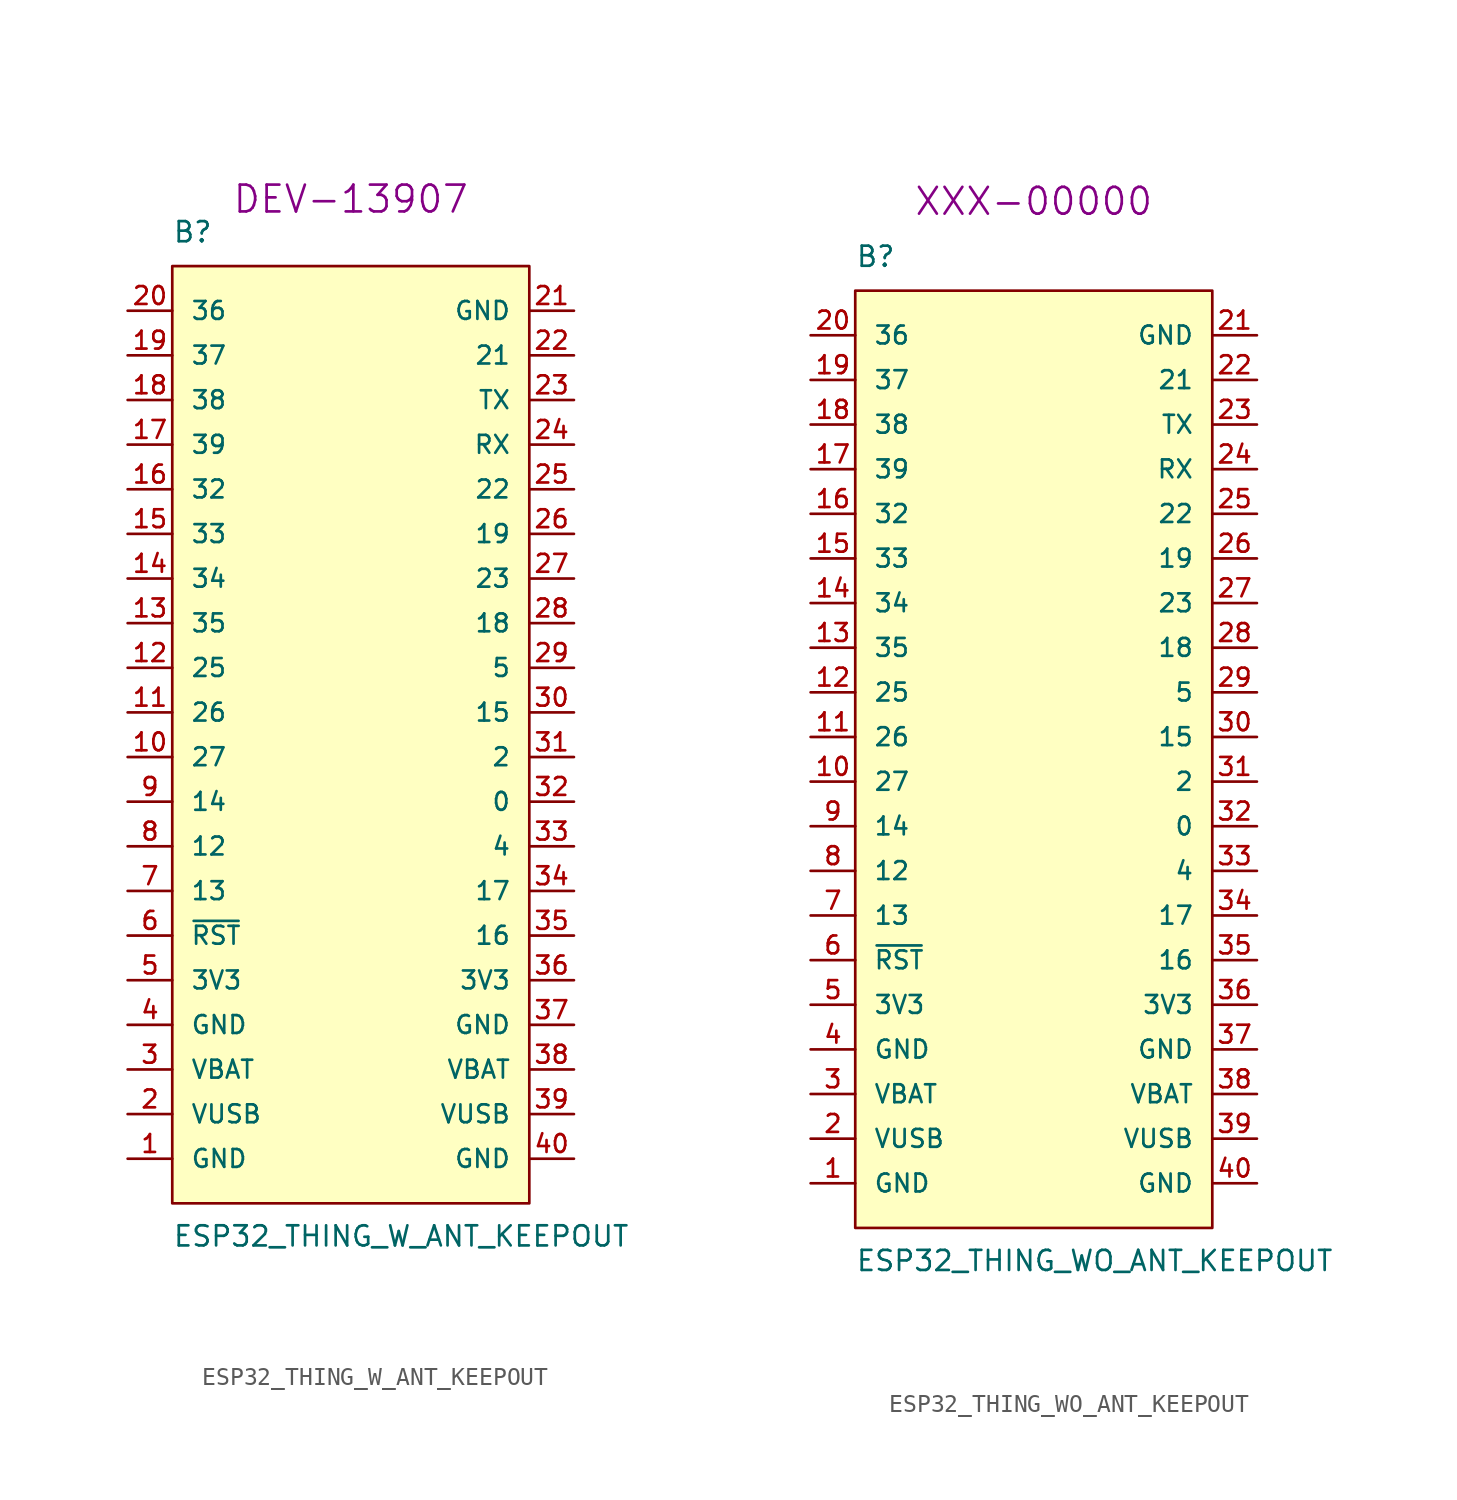
<source format=kicad_sym>
(kicad_symbol_lib
  (version 20201005)
  (generator kicad_symbol_editor)
  (symbol "ESP32_THING_W_ANT_KEEPOUT"
    (pin_names
      (offset 1.016))
    (property "Reference" "B"
      (at -10.16 29.21 0)
      (effects (font (size 1.143 1.143)) (justify left bottom)))
    (property "Value" "ESP32_THING_W_ANT_KEEPOUT"
      (at -10.16 -27.94 0)
      (effects (font (size 1.143 1.143)) (justify left bottom)))
    (property "Field4" "DEV-13907"
      (at 0 31.75 0)
      (effects (font (size 1.524 1.524))))
    (property "ki_locked" ""
      (at 0 0 0)
      (effects (font (size 1.27 1.27))))
    (symbol "ESP32_THING_W_ANT_KEEPOUT_1_1"
      (polyline (pts (xy -10.16 -25.4) (xy -10.16 27.94) (xy 10.16 27.94) (xy 10.16 -25.4) (xy -10.16 -25.4)) (stroke (width 0)) (fill (type background)))
      (pin bidirectional line (at -12.7 -22.86 0) (length 2.54) (name "GND" (effects (font (size 1.016 1.016)))) (number "1" (effects (font (size 1.016 1.016)))))
      (pin bidirectional line (at -12.7 -20.32 0) (length 2.54) (name "VUSB" (effects (font (size 1.016 1.016)))) (number "2" (effects (font (size 1.016 1.016)))))
      (pin bidirectional line (at -12.7 -17.78 0) (length 2.54) (name "VBAT" (effects (font (size 1.016 1.016)))) (number "3" (effects (font (size 1.016 1.016)))))
      (pin bidirectional line (at -12.7 -15.24 0) (length 2.54) (name "GND" (effects (font (size 1.016 1.016)))) (number "4" (effects (font (size 1.016 1.016)))))
      (pin bidirectional line (at -12.7 -12.7 0) (length 2.54) (name "3V3" (effects (font (size 1.016 1.016)))) (number "5" (effects (font (size 1.016 1.016)))))
      (pin bidirectional line (at -12.7 -10.16 0) (length 2.54) (name "~RST~" (effects (font (size 1.016 1.016)))) (number "6" (effects (font (size 1.016 1.016)))))
      (pin bidirectional line (at -12.7 -7.62 0) (length 2.54) (name "13" (effects (font (size 1.016 1.016)))) (number "7" (effects (font (size 1.016 1.016)))))
      (pin bidirectional line (at -12.7 -5.08 0) (length 2.54) (name "12" (effects (font (size 1.016 1.016)))) (number "8" (effects (font (size 1.016 1.016)))))
      (pin bidirectional line (at -12.7 -2.54 0) (length 2.54) (name "14" (effects (font (size 1.016 1.016)))) (number "9" (effects (font (size 1.016 1.016)))))
      (pin bidirectional line (at -12.7 0 0) (length 2.54) (name "27" (effects (font (size 1.016 1.016)))) (number "10" (effects (font (size 1.016 1.016)))))
      (pin bidirectional line (at -12.7 25.4 0) (length 2.54) (name "36" (effects (font (size 1.016 1.016)))) (number "20" (effects (font (size 1.016 1.016)))))
      (pin bidirectional line (at 12.7 2.54 180) (length 2.54) (name "15" (effects (font (size 1.016 1.016)))) (number "30" (effects (font (size 1.016 1.016)))))
      (pin bidirectional line (at 12.7 -22.86 180) (length 2.54) (name "GND" (effects (font (size 1.016 1.016)))) (number "40" (effects (font (size 1.016 1.016)))))
      (pin bidirectional line (at -12.7 2.54 0) (length 2.54) (name "26" (effects (font (size 1.016 1.016)))) (number "11" (effects (font (size 1.016 1.016)))))
      (pin bidirectional line (at 12.7 25.4 180) (length 2.54) (name "GND" (effects (font (size 1.016 1.016)))) (number "21" (effects (font (size 1.016 1.016)))))
      (pin bidirectional line (at 12.7 0 180) (length 2.54) (name "2" (effects (font (size 1.016 1.016)))) (number "31" (effects (font (size 1.016 1.016)))))
      (pin bidirectional line (at -12.7 5.08 0) (length 2.54) (name "25" (effects (font (size 1.016 1.016)))) (number "12" (effects (font (size 1.016 1.016)))))
      (pin bidirectional line (at 12.7 22.86 180) (length 2.54) (name "21" (effects (font (size 1.016 1.016)))) (number "22" (effects (font (size 1.016 1.016)))))
      (pin bidirectional line (at 12.7 -2.54 180) (length 2.54) (name "0" (effects (font (size 1.016 1.016)))) (number "32" (effects (font (size 1.016 1.016)))))
      (pin bidirectional line (at -12.7 7.62 0) (length 2.54) (name "35" (effects (font (size 1.016 1.016)))) (number "13" (effects (font (size 1.016 1.016)))))
      (pin bidirectional line (at 12.7 20.32 180) (length 2.54) (name "TX" (effects (font (size 1.016 1.016)))) (number "23" (effects (font (size 1.016 1.016)))))
      (pin bidirectional line (at 12.7 -5.08 180) (length 2.54) (name "4" (effects (font (size 1.016 1.016)))) (number "33" (effects (font (size 1.016 1.016)))))
      (pin bidirectional line (at -12.7 10.16 0) (length 2.54) (name "34" (effects (font (size 1.016 1.016)))) (number "14" (effects (font (size 1.016 1.016)))))
      (pin bidirectional line (at 12.7 17.78 180) (length 2.54) (name "RX" (effects (font (size 1.016 1.016)))) (number "24" (effects (font (size 1.016 1.016)))))
      (pin bidirectional line (at 12.7 -7.62 180) (length 2.54) (name "17" (effects (font (size 1.016 1.016)))) (number "34" (effects (font (size 1.016 1.016)))))
      (pin bidirectional line (at -12.7 12.7 0) (length 2.54) (name "33" (effects (font (size 1.016 1.016)))) (number "15" (effects (font (size 1.016 1.016)))))
      (pin bidirectional line (at 12.7 15.24 180) (length 2.54) (name "22" (effects (font (size 1.016 1.016)))) (number "25" (effects (font (size 1.016 1.016)))))
      (pin bidirectional line (at 12.7 -10.16 180) (length 2.54) (name "16" (effects (font (size 1.016 1.016)))) (number "35" (effects (font (size 1.016 1.016)))))
      (pin bidirectional line (at -12.7 15.24 0) (length 2.54) (name "32" (effects (font (size 1.016 1.016)))) (number "16" (effects (font (size 1.016 1.016)))))
      (pin bidirectional line (at 12.7 12.7 180) (length 2.54) (name "19" (effects (font (size 1.016 1.016)))) (number "26" (effects (font (size 1.016 1.016)))))
      (pin bidirectional line (at 12.7 -12.7 180) (length 2.54) (name "3V3" (effects (font (size 1.016 1.016)))) (number "36" (effects (font (size 1.016 1.016)))))
      (pin bidirectional line (at -12.7 17.78 0) (length 2.54) (name "39" (effects (font (size 1.016 1.016)))) (number "17" (effects (font (size 1.016 1.016)))))
      (pin bidirectional line (at 12.7 10.16 180) (length 2.54) (name "23" (effects (font (size 1.016 1.016)))) (number "27" (effects (font (size 1.016 1.016)))))
      (pin bidirectional line (at 12.7 -15.24 180) (length 2.54) (name "GND" (effects (font (size 1.016 1.016)))) (number "37" (effects (font (size 1.016 1.016)))))
      (pin bidirectional line (at -12.7 20.32 0) (length 2.54) (name "38" (effects (font (size 1.016 1.016)))) (number "18" (effects (font (size 1.016 1.016)))))
      (pin bidirectional line (at 12.7 7.62 180) (length 2.54) (name "18" (effects (font (size 1.016 1.016)))) (number "28" (effects (font (size 1.016 1.016)))))
      (pin bidirectional line (at 12.7 -17.78 180) (length 2.54) (name "VBAT" (effects (font (size 1.016 1.016)))) (number "38" (effects (font (size 1.016 1.016)))))
      (pin bidirectional line (at -12.7 22.86 0) (length 2.54) (name "37" (effects (font (size 1.016 1.016)))) (number "19" (effects (font (size 1.016 1.016)))))
      (pin bidirectional line (at 12.7 5.08 180) (length 2.54) (name "5" (effects (font (size 1.016 1.016)))) (number "29" (effects (font (size 1.016 1.016)))))
      (pin bidirectional line (at 12.7 -20.32 180) (length 2.54) (name "VUSB" (effects (font (size 1.016 1.016)))) (number "39" (effects (font (size 1.016 1.016)))))))
  (symbol "ESP32_THING_WO_ANT_KEEPOUT"
    (pin_names
      (offset 1.016))
    (property "Reference" "B"
      (at -10.16 29.21 0)
      (effects (font (size 1.143 1.143)) (justify left bottom)))
    (property "Value" "ESP32_THING_WO_ANT_KEEPOUT"
      (at -10.16 -27.94 0)
      (effects (font (size 1.143 1.143)) (justify left bottom)))
    (property "Field4" "XXX-00000"
      (at 0 33.02 0)
      (effects (font (size 1.524 1.524))))
    (property "ki_locked" ""
      (at 0 0 0)
      (effects (font (size 1.27 1.27))))
    (symbol "ESP32_THING_WO_ANT_KEEPOUT_1_1"
      (polyline (pts (xy -10.16 -25.4) (xy -10.16 27.94) (xy 10.16 27.94) (xy 10.16 -25.4) (xy -10.16 -25.4)) (stroke (width 0)) (fill (type background)))
      (pin bidirectional line (at -12.7 -22.86 0) (length 2.54) (name "GND" (effects (font (size 1.016 1.016)))) (number "1" (effects (font (size 1.016 1.016)))))
      (pin bidirectional line (at -12.7 -20.32 0) (length 2.54) (name "VUSB" (effects (font (size 1.016 1.016)))) (number "2" (effects (font (size 1.016 1.016)))))
      (pin bidirectional line (at -12.7 -17.78 0) (length 2.54) (name "VBAT" (effects (font (size 1.016 1.016)))) (number "3" (effects (font (size 1.016 1.016)))))
      (pin bidirectional line (at -12.7 -15.24 0) (length 2.54) (name "GND" (effects (font (size 1.016 1.016)))) (number "4" (effects (font (size 1.016 1.016)))))
      (pin bidirectional line (at -12.7 -12.7 0) (length 2.54) (name "3V3" (effects (font (size 1.016 1.016)))) (number "5" (effects (font (size 1.016 1.016)))))
      (pin bidirectional line (at -12.7 -10.16 0) (length 2.54) (name "~RST~" (effects (font (size 1.016 1.016)))) (number "6" (effects (font (size 1.016 1.016)))))
      (pin bidirectional line (at -12.7 -7.62 0) (length 2.54) (name "13" (effects (font (size 1.016 1.016)))) (number "7" (effects (font (size 1.016 1.016)))))
      (pin bidirectional line (at -12.7 -5.08 0) (length 2.54) (name "12" (effects (font (size 1.016 1.016)))) (number "8" (effects (font (size 1.016 1.016)))))
      (pin bidirectional line (at -12.7 -2.54 0) (length 2.54) (name "14" (effects (font (size 1.016 1.016)))) (number "9" (effects (font (size 1.016 1.016)))))
      (pin bidirectional line (at -12.7 0 0) (length 2.54) (name "27" (effects (font (size 1.016 1.016)))) (number "10" (effects (font (size 1.016 1.016)))))
      (pin bidirectional line (at -12.7 25.4 0) (length 2.54) (name "36" (effects (font (size 1.016 1.016)))) (number "20" (effects (font (size 1.016 1.016)))))
      (pin bidirectional line (at 12.7 2.54 180) (length 2.54) (name "15" (effects (font (size 1.016 1.016)))) (number "30" (effects (font (size 1.016 1.016)))))
      (pin bidirectional line (at 12.7 -22.86 180) (length 2.54) (name "GND" (effects (font (size 1.016 1.016)))) (number "40" (effects (font (size 1.016 1.016)))))
      (pin bidirectional line (at -12.7 2.54 0) (length 2.54) (name "26" (effects (font (size 1.016 1.016)))) (number "11" (effects (font (size 1.016 1.016)))))
      (pin bidirectional line (at 12.7 25.4 180) (length 2.54) (name "GND" (effects (font (size 1.016 1.016)))) (number "21" (effects (font (size 1.016 1.016)))))
      (pin bidirectional line (at 12.7 0 180) (length 2.54) (name "2" (effects (font (size 1.016 1.016)))) (number "31" (effects (font (size 1.016 1.016)))))
      (pin bidirectional line (at -12.7 5.08 0) (length 2.54) (name "25" (effects (font (size 1.016 1.016)))) (number "12" (effects (font (size 1.016 1.016)))))
      (pin bidirectional line (at 12.7 22.86 180) (length 2.54) (name "21" (effects (font (size 1.016 1.016)))) (number "22" (effects (font (size 1.016 1.016)))))
      (pin bidirectional line (at 12.7 -2.54 180) (length 2.54) (name "0" (effects (font (size 1.016 1.016)))) (number "32" (effects (font (size 1.016 1.016)))))
      (pin bidirectional line (at -12.7 7.62 0) (length 2.54) (name "35" (effects (font (size 1.016 1.016)))) (number "13" (effects (font (size 1.016 1.016)))))
      (pin bidirectional line (at 12.7 20.32 180) (length 2.54) (name "TX" (effects (font (size 1.016 1.016)))) (number "23" (effects (font (size 1.016 1.016)))))
      (pin bidirectional line (at 12.7 -5.08 180) (length 2.54) (name "4" (effects (font (size 1.016 1.016)))) (number "33" (effects (font (size 1.016 1.016)))))
      (pin bidirectional line (at -12.7 10.16 0) (length 2.54) (name "34" (effects (font (size 1.016 1.016)))) (number "14" (effects (font (size 1.016 1.016)))))
      (pin bidirectional line (at 12.7 17.78 180) (length 2.54) (name "RX" (effects (font (size 1.016 1.016)))) (number "24" (effects (font (size 1.016 1.016)))))
      (pin bidirectional line (at 12.7 -7.62 180) (length 2.54) (name "17" (effects (font (size 1.016 1.016)))) (number "34" (effects (font (size 1.016 1.016)))))
      (pin bidirectional line (at -12.7 12.7 0) (length 2.54) (name "33" (effects (font (size 1.016 1.016)))) (number "15" (effects (font (size 1.016 1.016)))))
      (pin bidirectional line (at 12.7 15.24 180) (length 2.54) (name "22" (effects (font (size 1.016 1.016)))) (number "25" (effects (font (size 1.016 1.016)))))
      (pin bidirectional line (at 12.7 -10.16 180) (length 2.54) (name "16" (effects (font (size 1.016 1.016)))) (number "35" (effects (font (size 1.016 1.016)))))
      (pin bidirectional line (at -12.7 15.24 0) (length 2.54) (name "32" (effects (font (size 1.016 1.016)))) (number "16" (effects (font (size 1.016 1.016)))))
      (pin bidirectional line (at 12.7 12.7 180) (length 2.54) (name "19" (effects (font (size 1.016 1.016)))) (number "26" (effects (font (size 1.016 1.016)))))
      (pin bidirectional line (at 12.7 -12.7 180) (length 2.54) (name "3V3" (effects (font (size 1.016 1.016)))) (number "36" (effects (font (size 1.016 1.016)))))
      (pin bidirectional line (at -12.7 17.78 0) (length 2.54) (name "39" (effects (font (size 1.016 1.016)))) (number "17" (effects (font (size 1.016 1.016)))))
      (pin bidirectional line (at 12.7 10.16 180) (length 2.54) (name "23" (effects (font (size 1.016 1.016)))) (number "27" (effects (font (size 1.016 1.016)))))
      (pin bidirectional line (at 12.7 -15.24 180) (length 2.54) (name "GND" (effects (font (size 1.016 1.016)))) (number "37" (effects (font (size 1.016 1.016)))))
      (pin bidirectional line (at -12.7 20.32 0) (length 2.54) (name "38" (effects (font (size 1.016 1.016)))) (number "18" (effects (font (size 1.016 1.016)))))
      (pin bidirectional line (at 12.7 7.62 180) (length 2.54) (name "18" (effects (font (size 1.016 1.016)))) (number "28" (effects (font (size 1.016 1.016)))))
      (pin bidirectional line (at 12.7 -17.78 180) (length 2.54) (name "VBAT" (effects (font (size 1.016 1.016)))) (number "38" (effects (font (size 1.016 1.016)))))
      (pin bidirectional line (at -12.7 22.86 0) (length 2.54) (name "37" (effects (font (size 1.016 1.016)))) (number "19" (effects (font (size 1.016 1.016)))))
      (pin bidirectional line (at 12.7 5.08 180) (length 2.54) (name "5" (effects (font (size 1.016 1.016)))) (number "29" (effects (font (size 1.016 1.016)))))
      (pin bidirectional line (at 12.7 -20.32 180) (length 2.54) (name "VUSB" (effects (font (size 1.016 1.016)))) (number "39" (effects (font (size 1.016 1.016))))))))
</source>
